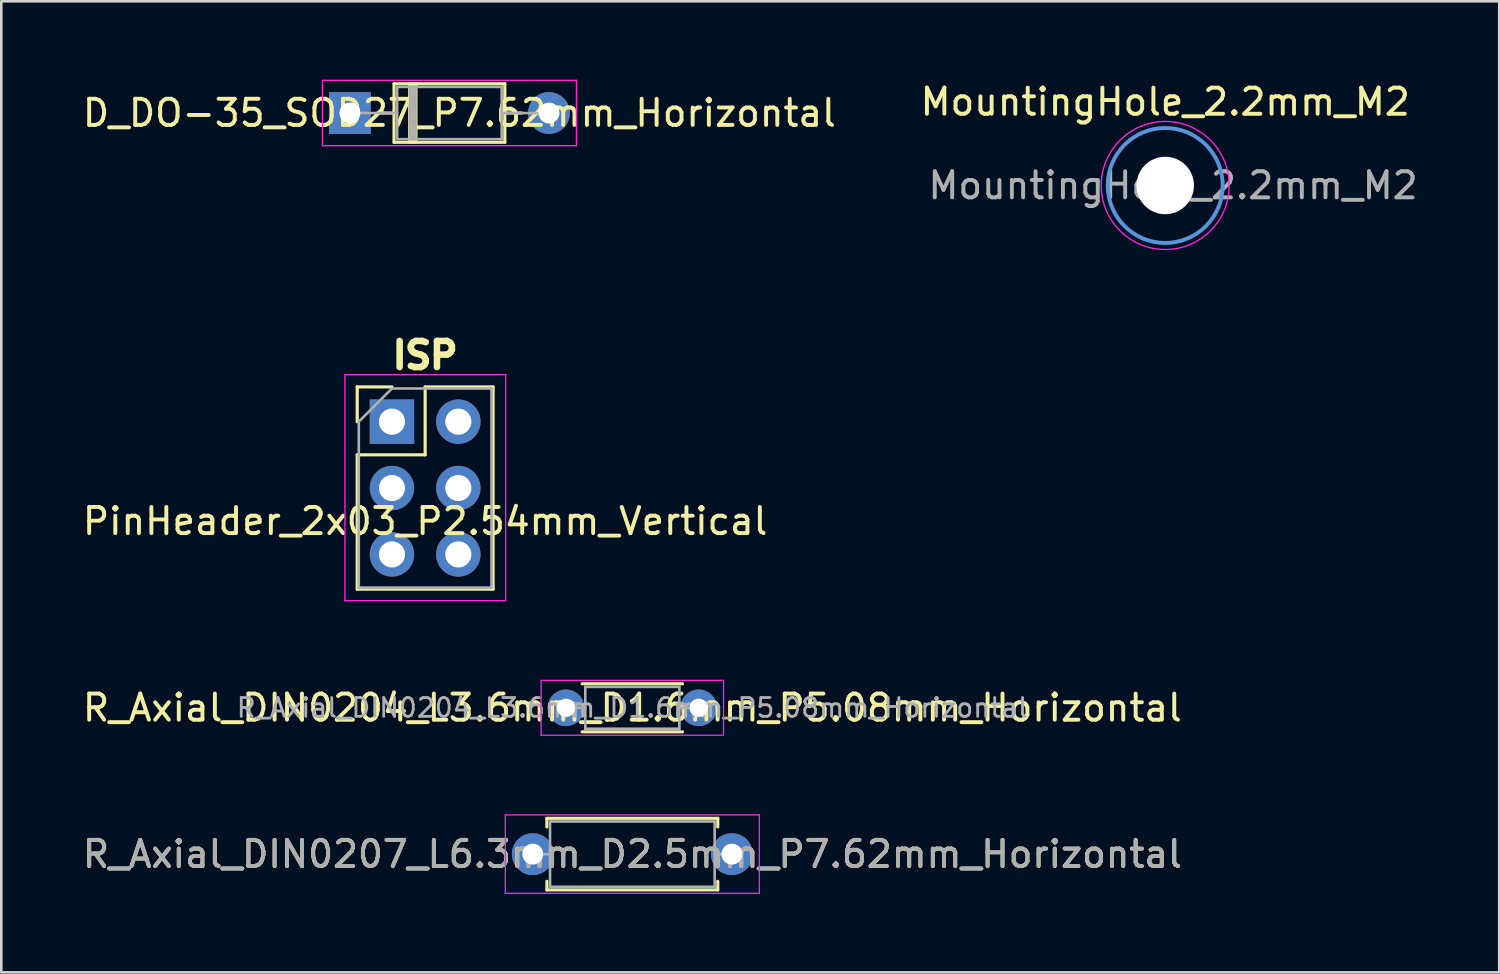
<source format=kicad_pcb>
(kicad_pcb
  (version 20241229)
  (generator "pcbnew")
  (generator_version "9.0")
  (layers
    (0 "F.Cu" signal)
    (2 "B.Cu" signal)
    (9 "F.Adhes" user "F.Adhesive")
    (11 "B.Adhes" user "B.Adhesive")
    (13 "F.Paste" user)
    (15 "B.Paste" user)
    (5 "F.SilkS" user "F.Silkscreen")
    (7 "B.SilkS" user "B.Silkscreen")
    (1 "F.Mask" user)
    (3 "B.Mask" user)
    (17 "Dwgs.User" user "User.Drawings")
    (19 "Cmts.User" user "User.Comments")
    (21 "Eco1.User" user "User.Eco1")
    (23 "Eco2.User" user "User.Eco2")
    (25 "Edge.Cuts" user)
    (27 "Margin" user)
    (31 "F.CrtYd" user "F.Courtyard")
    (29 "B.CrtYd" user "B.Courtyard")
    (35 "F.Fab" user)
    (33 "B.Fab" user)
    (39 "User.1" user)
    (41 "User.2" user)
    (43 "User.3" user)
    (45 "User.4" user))
  (footprint "MountingHole_2.2mm_M2"
    (layer "F.Cu")
    (at 41.542 4.048)
    (property "Reference" "MountingHole_2.2mm_M2" (at 0 -3.2 0) (layer "F.SilkS") (effects (font (size 1 1) (thickness 0.15))))
    (attr exclude_from_pos_files exclude_from_bom)
    (fp_circle (center 0 0) (end 2.2 0) (stroke (width 0.15) (type solid)) (fill no) (layer "Cmts.User"))
    (fp_circle (center 0 0) (end 2.45 0) (stroke (width 0.05) (type solid)) (fill no) (layer "F.CrtYd"))
    (fp_text user "${REFERENCE}" (at 0.3 0 0) (layer "F.Fab") (effects (font (size 1 1) (thickness 0.15))))
    (pad "" np_thru_hole circle (at 0 0) (size 2.2 2.2) (drill 2.2) (layers "*.Cu" "*.Mask")))
  (footprint "D_DO-35_SOD27_P7.62mm_Horizontal"
    (layer "F.Cu")
    (at 10.339 1.275)
    (property "Reference" "D_DO-35_SOD27_P7.62mm_Horizontal" (at 4.191 0 180) (layer "F.SilkS") (effects (font (size 1 1) (thickness 0.15))))
    (attr through_hole)
    (fp_line (start 1.04 0) (end 1.69 0) (stroke (width 0.12) (type solid)) (layer "F.SilkS"))
    (fp_line (start 1.69 -1.12) (end 1.69 1.12) (stroke (width 0.12) (type solid)) (layer "F.SilkS"))
    (fp_line (start 1.69 1.12) (end 5.93 1.12) (stroke (width 0.12) (type solid)) (layer "F.SilkS"))
    (fp_line (start 2.29 -1.12) (end 2.29 1.12) (stroke (width 0.12) (type solid)) (layer "F.SilkS"))
    (fp_line (start 2.41 -1.12) (end 2.41 1.12) (stroke (width 0.12) (type solid)) (layer "F.SilkS"))
    (fp_line (start 2.53 -1.12) (end 2.53 1.12) (stroke (width 0.12) (type solid)) (layer "F.SilkS"))
    (fp_line (start 5.93 -1.12) (end 1.69 -1.12) (stroke (width 0.12) (type solid)) (layer "F.SilkS"))
    (fp_line (start 5.93 1.12) (end 5.93 -1.12) (stroke (width 0.12) (type solid)) (layer "F.SilkS"))
    (fp_line (start 6.58 0) (end 5.93 0) (stroke (width 0.12) (type solid)) (layer "F.SilkS"))
    (fp_line (start -1.05 -1.25) (end -1.05 1.25) (stroke (width 0.05) (type solid)) (layer "F.CrtYd"))
    (fp_line (start -1.05 1.25) (end 8.67 1.25) (stroke (width 0.05) (type solid)) (layer "F.CrtYd"))
    (fp_line (start 8.67 -1.25) (end -1.05 -1.25) (stroke (width 0.05) (type solid)) (layer "F.CrtYd"))
    (fp_line (start 8.67 1.25) (end 8.67 -1.25) (stroke (width 0.05) (type solid)) (layer "F.CrtYd"))
    (fp_line (start 0 0) (end 1.81 0) (stroke (width 0.1) (type solid)) (layer "F.Fab"))
    (fp_line (start 1.81 -1) (end 1.81 1) (stroke (width 0.1) (type solid)) (layer "F.Fab"))
    (fp_line (start 1.81 1) (end 5.81 1) (stroke (width 0.1) (type solid)) (layer "F.Fab"))
    (fp_line (start 2.31 -1) (end 2.31 1) (stroke (width 0.1) (type solid)) (layer "F.Fab"))
    (fp_line (start 2.41 -1) (end 2.41 1) (stroke (width 0.1) (type solid)) (layer "F.Fab"))
    (fp_line (start 2.51 -1) (end 2.51 1) (stroke (width 0.1) (type solid)) (layer "F.Fab"))
    (fp_line (start 5.81 -1) (end 1.81 -1) (stroke (width 0.1) (type solid)) (layer "F.Fab"))
    (fp_line (start 5.81 1) (end 5.81 -1) (stroke (width 0.1) (type solid)) (layer "F.Fab"))
    (fp_line (start 7.62 0) (end 5.81 0) (stroke (width 0.1) (type solid)) (layer "F.Fab"))
    (pad "1" thru_hole rect (at 0 0) (size 1.6 1.6) (drill 0.8) (layers "*.Cu" "*.Mask"))
    (pad "2" thru_hole oval (at 7.62 0) (size 1.6 1.6) (drill 0.8) (layers "*.Cu" "*.Mask")))
  (footprint "PinHeader_2x03_P2.54mm_Vertical"
    (layer "F.Cu")
    (at 11.95 13.087)
    (property "Reference" "PinHeader_2x03_P2.54mm_Vertical" (at 1.27 3.81 0) (layer "F.SilkS") (effects (font (size 1 1) (thickness 0.15))))
    (attr through_hole)
    (fp_line (start -1.33 -1.33) (end 0 -1.33) (stroke (width 0.12) (type solid)) (layer "F.SilkS"))
    (fp_line (start -1.33 0) (end -1.33 -1.33) (stroke (width 0.12) (type solid)) (layer "F.SilkS"))
    (fp_line (start -1.33 1.27) (end -1.33 6.41) (stroke (width 0.12) (type solid)) (layer "F.SilkS"))
    (fp_line (start -1.33 1.27) (end 1.27 1.27) (stroke (width 0.12) (type solid)) (layer "F.SilkS"))
    (fp_line (start -1.33 6.41) (end 3.87 6.41) (stroke (width 0.12) (type solid)) (layer "F.SilkS"))
    (fp_line (start 1.27 -1.33) (end 3.87 -1.33) (stroke (width 0.12) (type solid)) (layer "F.SilkS"))
    (fp_line (start 1.27 1.27) (end 1.27 -1.33) (stroke (width 0.12) (type solid)) (layer "F.SilkS"))
    (fp_line (start 3.87 -1.33) (end 3.87 6.41) (stroke (width 0.12) (type solid)) (layer "F.SilkS"))
    (fp_line (start -1.8 -1.8) (end -1.8 6.85) (stroke (width 0.05) (type solid)) (layer "F.CrtYd"))
    (fp_line (start -1.8 6.85) (end 4.35 6.85) (stroke (width 0.05) (type solid)) (layer "F.CrtYd"))
    (fp_line (start 4.35 -1.8) (end -1.8 -1.8) (stroke (width 0.05) (type solid)) (layer "F.CrtYd"))
    (fp_line (start 4.35 6.85) (end 4.35 -1.8) (stroke (width 0.05) (type solid)) (layer "F.CrtYd"))
    (fp_line (start -1.27 0) (end 0 -1.27) (stroke (width 0.1) (type solid)) (layer "F.Fab"))
    (fp_line (start -1.27 6.35) (end -1.27 0) (stroke (width 0.1) (type solid)) (layer "F.Fab"))
    (fp_line (start 0 -1.27) (end 3.81 -1.27) (stroke (width 0.1) (type solid)) (layer "F.Fab"))
    (fp_line (start 3.81 -1.27) (end 3.81 6.35) (stroke (width 0.1) (type solid)) (layer "F.Fab"))
    (fp_line (start 3.81 6.35) (end -1.27 6.35) (stroke (width 0.1) (type solid)) (layer "F.Fab"))
    (fp_text user "ISP" (at 1.27 -2.54 180) (layer "F.SilkS") (effects (font (size 1 1) (thickness 0.3))))
    (pad "1" thru_hole rect (at 0 0) (size 1.7 1.7) (drill 1) (layers "*.Cu" "*.Mask"))
    (pad "2" thru_hole oval (at 2.54 0) (size 1.7 1.7) (drill 1) (layers "*.Cu" "*.Mask"))
    (pad "3" thru_hole oval (at 0 2.54) (size 1.7 1.7) (drill 1) (layers "*.Cu" "*.Mask"))
    (pad "4" thru_hole oval (at 2.54 2.54) (size 1.7 1.7) (drill 1) (layers "*.Cu" "*.Mask"))
    (pad "5" thru_hole oval (at 0 5.08) (size 1.7 1.7) (drill 1) (layers "*.Cu" "*.Mask"))
    (pad "6" thru_hole oval (at 2.54 5.08) (size 1.7 1.7) (drill 1) (layers "*.Cu" "*.Mask")))
  (footprint "R_Axial_DIN0207_L6.3mm_D2.5mm_P7.62mm_Horizontal"
    (layer "F.Cu")
    (at 17.339 29.637)
    (property "Reference" "R_Axial_DIN0207_L6.3mm_D2.5mm_P7.62mm_Horizontal" (at 3.81 0 180) (layer "F.SilkS") (effects (font (size 1 1) (thickness 0.15))))
    (attr through_hole)
    (fp_line (start 0.54 -1.37) (end 7.08 -1.37) (stroke (width 0.12) (type solid)) (layer "F.SilkS"))
    (fp_line (start 0.54 -1.04) (end 0.54 -1.37) (stroke (width 0.12) (type solid)) (layer "F.SilkS"))
    (fp_line (start 0.54 1.04) (end 0.54 1.37) (stroke (width 0.12) (type solid)) (layer "F.SilkS"))
    (fp_line (start 0.54 1.37) (end 7.08 1.37) (stroke (width 0.12) (type solid)) (layer "F.SilkS"))
    (fp_line (start 7.08 -1.37) (end 7.08 -1.04) (stroke (width 0.12) (type solid)) (layer "F.SilkS"))
    (fp_line (start 7.08 1.37) (end 7.08 1.04) (stroke (width 0.12) (type solid)) (layer "F.SilkS"))
    (fp_line (start -1.05 -1.5) (end -1.05 1.5) (stroke (width 0.05) (type solid)) (layer "F.CrtYd"))
    (fp_line (start -1.05 1.5) (end 8.67 1.5) (stroke (width 0.05) (type solid)) (layer "F.CrtYd"))
    (fp_line (start 8.67 -1.5) (end -1.05 -1.5) (stroke (width 0.05) (type solid)) (layer "F.CrtYd"))
    (fp_line (start 8.67 1.5) (end 8.67 -1.5) (stroke (width 0.05) (type solid)) (layer "F.CrtYd"))
    (fp_line (start 0 0) (end 0.66 0) (stroke (width 0.1) (type solid)) (layer "F.Fab"))
    (fp_line (start 0.66 -1.25) (end 0.66 1.25) (stroke (width 0.1) (type solid)) (layer "F.Fab"))
    (fp_line (start 0.66 1.25) (end 6.96 1.25) (stroke (width 0.1) (type solid)) (layer "F.Fab"))
    (fp_line (start 6.96 -1.25) (end 0.66 -1.25) (stroke (width 0.1) (type solid)) (layer "F.Fab"))
    (fp_line (start 6.96 1.25) (end 6.96 -1.25) (stroke (width 0.1) (type solid)) (layer "F.Fab"))
    (fp_line (start 7.62 0) (end 6.96 0) (stroke (width 0.1) (type solid)) (layer "F.Fab"))
    (fp_text user "${REFERENCE}" (at 3.81 0 180) (layer "F.Fab") (effects (font (size 1 1) (thickness 0.15))))
    (pad "1" thru_hole circle (at 0 0) (size 1.6 1.6) (drill 0.8) (layers "*.Cu" "*.Mask"))
    (pad "2" thru_hole oval (at 7.62 0) (size 1.6 1.6) (drill 0.8) (layers "*.Cu" "*.Mask")))
  (footprint "R_Axial_DIN0204_L3.6mm_D1.6mm_P5.08mm_Horizontal"
    (layer "F.Cu")
    (at 18.609 24.037)
    (property "Reference" "R_Axial_DIN0204_L3.6mm_D1.6mm_P5.08mm_Horizontal" (at 2.54 0 0) (layer "F.SilkS") (effects (font (size 1 1) (thickness 0.15))))
    (attr through_hole)
    (fp_line (start 0.62 -0.92) (end 4.46 -0.92) (stroke (width 0.12) (type solid)) (layer "F.SilkS"))
    (fp_line (start 0.62 0.92) (end 4.46 0.92) (stroke (width 0.12) (type solid)) (layer "F.SilkS"))
    (fp_line (start -0.95 -1.05) (end -0.95 1.05) (stroke (width 0.05) (type solid)) (layer "F.CrtYd"))
    (fp_line (start -0.95 1.05) (end 6.03 1.05) (stroke (width 0.05) (type solid)) (layer "F.CrtYd"))
    (fp_line (start 6.03 -1.05) (end -0.95 -1.05) (stroke (width 0.05) (type solid)) (layer "F.CrtYd"))
    (fp_line (start 6.03 1.05) (end 6.03 -1.05) (stroke (width 0.05) (type solid)) (layer "F.CrtYd"))
    (fp_line (start 0 0) (end 0.74 0) (stroke (width 0.1) (type solid)) (layer "F.Fab"))
    (fp_line (start 0.74 -0.8) (end 0.74 0.8) (stroke (width 0.1) (type solid)) (layer "F.Fab"))
    (fp_line (start 0.74 0.8) (end 4.34 0.8) (stroke (width 0.1) (type solid)) (layer "F.Fab"))
    (fp_line (start 4.34 -0.8) (end 0.74 -0.8) (stroke (width 0.1) (type solid)) (layer "F.Fab"))
    (fp_line (start 4.34 0.8) (end 4.34 -0.8) (stroke (width 0.1) (type solid)) (layer "F.Fab"))
    (fp_line (start 5.08 0) (end 4.34 0) (stroke (width 0.1) (type solid)) (layer "F.Fab"))
    (fp_text user "${REFERENCE}" (at 2.54 0 0) (layer "F.Fab") (effects (font (size 0.72 0.72) (thickness 0.108))))
    (pad "1" thru_hole circle (at 0 0) (size 1.4 1.4) (drill 0.7) (layers "*.Cu" "*.Mask"))
    (pad "2" thru_hole oval (at 5.08 0) (size 1.4 1.4) (drill 0.7) (layers "*.Cu" "*.Mask")))
  (gr_rect
    (start -3 -3)
    (end 54.324 34.162)
    (stroke (width 0.1) (type default))
    (fill no)
    (layer "Edge.Cuts")))
</source>
